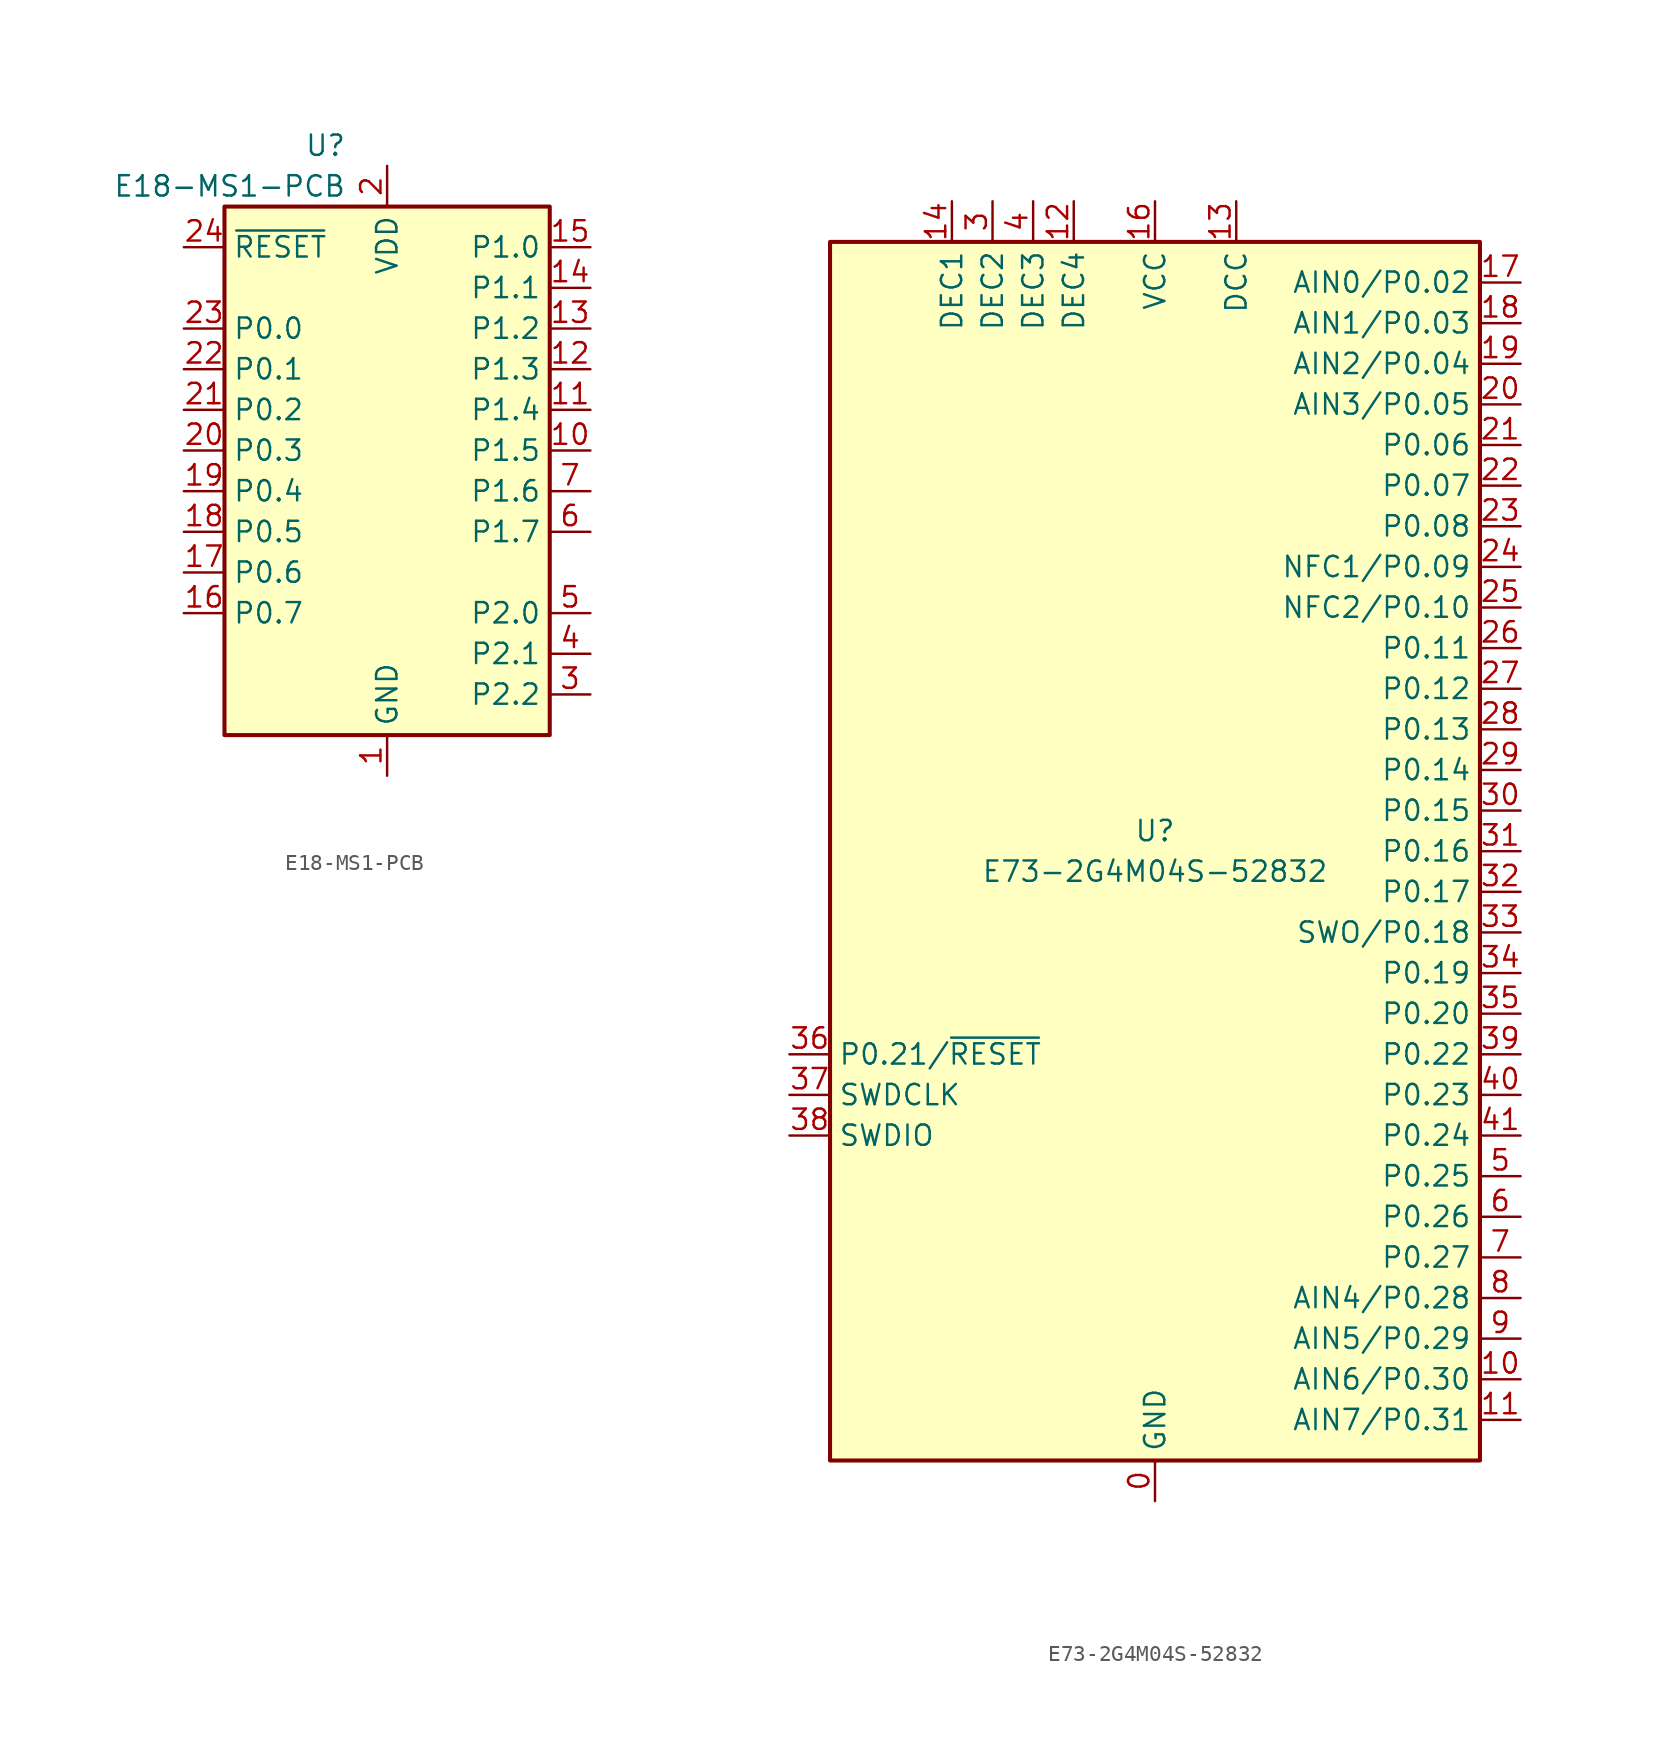
<source format=kicad_sym>
(kicad_symbol_lib
  (version 20201005)
  (generator kicad_symbol_editor)
  (symbol "RF_Module:E18-MS1-PCB"
    (property "Reference" "U"
      (at -2.54 21.59 0)
      (effects (font (size 1.27 1.27)) (justify right)))
    (property "Value" "E18-MS1-PCB"
      (at -2.54 19.05 0)
      (effects (font (size 1.27 1.27)) (justify right)))
    (symbol "E18-MS1-PCB_0_1"
      (rectangle (start -10.16 17.78) (end 10.16 -15.24) (stroke (width 0.254)) (fill (type background))))
    (symbol "E18-MS1-PCB_1_1"
      (pin power_in line (at 0 -17.78 90) (length 2.54) (name "GND" (effects (font (size 1.27 1.27)))) (number "1" (effects (font (size 1.27 1.27)))))
      (pin bidirectional line (at 12.7 2.54 180) (length 2.54) (name "P1.5" (effects (font (size 1.27 1.27)))) (number "10" (effects (font (size 1.27 1.27)))))
      (pin bidirectional line (at 12.7 5.08 180) (length 2.54) (name "P1.4" (effects (font (size 1.27 1.27)))) (number "11" (effects (font (size 1.27 1.27)))))
      (pin bidirectional line (at 12.7 7.62 180) (length 2.54) (name "P1.3" (effects (font (size 1.27 1.27)))) (number "12" (effects (font (size 1.27 1.27)))))
      (pin bidirectional line (at 12.7 10.16 180) (length 2.54) (name "P1.2" (effects (font (size 1.27 1.27)))) (number "13" (effects (font (size 1.27 1.27)))))
      (pin bidirectional line (at 12.7 12.7 180) (length 2.54) (name "P1.1" (effects (font (size 1.27 1.27)))) (number "14" (effects (font (size 1.27 1.27)))))
      (pin bidirectional line (at 12.7 15.24 180) (length 2.54) (name "P1.0" (effects (font (size 1.27 1.27)))) (number "15" (effects (font (size 1.27 1.27)))))
      (pin bidirectional line (at -12.7 -7.62 0) (length 2.54) (name "P0.7" (effects (font (size 1.27 1.27)))) (number "16" (effects (font (size 1.27 1.27)))))
      (pin bidirectional line (at -12.7 -5.08 0) (length 2.54) (name "P0.6" (effects (font (size 1.27 1.27)))) (number "17" (effects (font (size 1.27 1.27)))))
      (pin bidirectional line (at -12.7 -2.54 0) (length 2.54) (name "P0.5" (effects (font (size 1.27 1.27)))) (number "18" (effects (font (size 1.27 1.27)))))
      (pin bidirectional line (at -12.7 0 0) (length 2.54) (name "P0.4" (effects (font (size 1.27 1.27)))) (number "19" (effects (font (size 1.27 1.27)))))
      (pin power_in line (at 0 20.32 270) (length 2.54) (name "VDD" (effects (font (size 1.27 1.27)))) (number "2" (effects (font (size 1.27 1.27)))))
      (pin bidirectional line (at -12.7 2.54 0) (length 2.54) (name "P0.3" (effects (font (size 1.27 1.27)))) (number "20" (effects (font (size 1.27 1.27)))))
      (pin bidirectional line (at -12.7 5.08 0) (length 2.54) (name "P0.2" (effects (font (size 1.27 1.27)))) (number "21" (effects (font (size 1.27 1.27)))))
      (pin bidirectional line (at -12.7 7.62 0) (length 2.54) (name "P0.1" (effects (font (size 1.27 1.27)))) (number "22" (effects (font (size 1.27 1.27)))))
      (pin bidirectional line (at -12.7 10.16 0) (length 2.54) (name "P0.0" (effects (font (size 1.27 1.27)))) (number "23" (effects (font (size 1.27 1.27)))))
      (pin input line (at -12.7 15.24 0) (length 2.54) (name "~RESET" (effects (font (size 1.27 1.27)))) (number "24" (effects (font (size 1.27 1.27)))))
      (pin bidirectional line (at 12.7 -12.7 180) (length 2.54) (name "P2.2" (effects (font (size 1.27 1.27)))) (number "3" (effects (font (size 1.27 1.27)))))
      (pin bidirectional line (at 12.7 -10.16 180) (length 2.54) (name "P2.1" (effects (font (size 1.27 1.27)))) (number "4" (effects (font (size 1.27 1.27)))))
      (pin bidirectional line (at 12.7 -7.62 180) (length 2.54) (name "P2.0" (effects (font (size 1.27 1.27)))) (number "5" (effects (font (size 1.27 1.27)))))
      (pin bidirectional line (at 12.7 -2.54 180) (length 2.54) (name "P1.7" (effects (font (size 1.27 1.27)))) (number "6" (effects (font (size 1.27 1.27)))))
      (pin bidirectional line (at 12.7 0 180) (length 2.54) (name "P1.6" (effects (font (size 1.27 1.27)))) (number "7" (effects (font (size 1.27 1.27)))))
      (pin no_connect line (at -10.16 -10.16 0) (length 2.54) hide (name "NC" (effects (font (size 1.27 1.27)))) (number "8" (effects (font (size 1.27 1.27)))))
      (pin no_connect line (at -10.16 -12.7 0) (length 2.54) hide (name "NC" (effects (font (size 1.27 1.27)))) (number "9" (effects (font (size 1.27 1.27)))))))
  (symbol "RF_Module:E73-2G4M04S-52832"
    (property "Reference" "U"
      (at 0 1.27 0)
      (effects (font (size 1.27 1.27))))
    (property "Value" "E73-2G4M04S-52832"
      (at 0 -1.27 0)
      (effects (font (size 1.27 1.27))))
    (symbol "E73-2G4M04S-52832_0_1"
      (rectangle (start 20.32 38.1) (end -20.32 -38.1) (stroke (width 0.254)) (fill (type background))))
    (symbol "E73-2G4M04S-52832_1_1"
      (pin power_in line (at 0 -40.64 90) (length 2.54) (name "GND" (effects (font (size 1.27 1.27)))) (number "0" (effects (font (size 1.27 1.27)))))
      (pin passive line (at 0 -40.64 90) (length 2.54) hide (name "GND" (effects (font (size 1.27 1.27)))) (number "1" (effects (font (size 1.27 1.27)))))
      (pin bidirectional line (at 22.86 -33.02 180) (length 2.54) (name "AIN6/P0.30" (effects (font (size 1.27 1.27)))) (number "10" (effects (font (size 1.27 1.27)))))
      (pin bidirectional line (at 22.86 -35.56 180) (length 2.54) (name "AIN7/P0.31" (effects (font (size 1.27 1.27)))) (number "11" (effects (font (size 1.27 1.27)))))
      (pin passive line (at -5.08 40.64 270) (length 2.54) (name "DEC4" (effects (font (size 1.27 1.27)))) (number "12" (effects (font (size 1.27 1.27)))))
      (pin power_out line (at 5.08 40.64 270) (length 2.54) (name "DCC" (effects (font (size 1.27 1.27)))) (number "13" (effects (font (size 1.27 1.27)))))
      (pin passive line (at -12.7 40.64 270) (length 2.54) (name "DEC1" (effects (font (size 1.27 1.27)))) (number "14" (effects (font (size 1.27 1.27)))))
      (pin passive line (at 0 -40.64 90) (length 2.54) hide (name "GND" (effects (font (size 1.27 1.27)))) (number "15" (effects (font (size 1.27 1.27)))))
      (pin power_in line (at 0 40.64 270) (length 2.54) (name "VCC" (effects (font (size 1.27 1.27)))) (number "16" (effects (font (size 1.27 1.27)))))
      (pin bidirectional line (at 22.86 35.56 180) (length 2.54) (name "AIN0/P0.02" (effects (font (size 1.27 1.27)))) (number "17" (effects (font (size 1.27 1.27)))))
      (pin bidirectional line (at 22.86 33.02 180) (length 2.54) (name "AIN1/P0.03" (effects (font (size 1.27 1.27)))) (number "18" (effects (font (size 1.27 1.27)))))
      (pin bidirectional line (at 22.86 30.48 180) (length 2.54) (name "AIN2/P0.04" (effects (font (size 1.27 1.27)))) (number "19" (effects (font (size 1.27 1.27)))))
      (pin passive line (at 0 -40.64 90) (length 2.54) hide (name "GND" (effects (font (size 1.27 1.27)))) (number "2" (effects (font (size 1.27 1.27)))))
      (pin bidirectional line (at 22.86 27.94 180) (length 2.54) (name "AIN3/P0.05" (effects (font (size 1.27 1.27)))) (number "20" (effects (font (size 1.27 1.27)))))
      (pin bidirectional line (at 22.86 25.4 180) (length 2.54) (name "P0.06" (effects (font (size 1.27 1.27)))) (number "21" (effects (font (size 1.27 1.27)))))
      (pin bidirectional line (at 22.86 22.86 180) (length 2.54) (name "P0.07" (effects (font (size 1.27 1.27)))) (number "22" (effects (font (size 1.27 1.27)))))
      (pin bidirectional line (at 22.86 20.32 180) (length 2.54) (name "P0.08" (effects (font (size 1.27 1.27)))) (number "23" (effects (font (size 1.27 1.27)))))
      (pin bidirectional line (at 22.86 17.78 180) (length 2.54) (name "NFC1/P0.09" (effects (font (size 1.27 1.27)))) (number "24" (effects (font (size 1.27 1.27)))))
      (pin bidirectional line (at 22.86 15.24 180) (length 2.54) (name "NFC2/P0.10" (effects (font (size 1.27 1.27)))) (number "25" (effects (font (size 1.27 1.27)))))
      (pin bidirectional line (at 22.86 12.7 180) (length 2.54) (name "P0.11" (effects (font (size 1.27 1.27)))) (number "26" (effects (font (size 1.27 1.27)))))
      (pin bidirectional line (at 22.86 10.16 180) (length 2.54) (name "P0.12" (effects (font (size 1.27 1.27)))) (number "27" (effects (font (size 1.27 1.27)))))
      (pin bidirectional line (at 22.86 7.62 180) (length 2.54) (name "P0.13" (effects (font (size 1.27 1.27)))) (number "28" (effects (font (size 1.27 1.27)))))
      (pin bidirectional line (at 22.86 5.08 180) (length 2.54) (name "P0.14" (effects (font (size 1.27 1.27)))) (number "29" (effects (font (size 1.27 1.27)))))
      (pin passive line (at -10.16 40.64 270) (length 2.54) (name "DEC2" (effects (font (size 1.27 1.27)))) (number "3" (effects (font (size 1.27 1.27)))))
      (pin bidirectional line (at 22.86 2.54 180) (length 2.54) (name "P0.15" (effects (font (size 1.27 1.27)))) (number "30" (effects (font (size 1.27 1.27)))))
      (pin bidirectional line (at 22.86 0 180) (length 2.54) (name "P0.16" (effects (font (size 1.27 1.27)))) (number "31" (effects (font (size 1.27 1.27)))))
      (pin bidirectional line (at 22.86 -2.54 180) (length 2.54) (name "P0.17" (effects (font (size 1.27 1.27)))) (number "32" (effects (font (size 1.27 1.27)))))
      (pin bidirectional line (at 22.86 -5.08 180) (length 2.54) (name "SWO/P0.18" (effects (font (size 1.27 1.27)))) (number "33" (effects (font (size 1.27 1.27)))))
      (pin bidirectional line (at 22.86 -7.62 180) (length 2.54) (name "P0.19" (effects (font (size 1.27 1.27)))) (number "34" (effects (font (size 1.27 1.27)))))
      (pin bidirectional line (at 22.86 -10.16 180) (length 2.54) (name "P0.20" (effects (font (size 1.27 1.27)))) (number "35" (effects (font (size 1.27 1.27)))))
      (pin bidirectional line (at -22.86 -12.7 0) (length 2.54) (name "P0.21/~RESET" (effects (font (size 1.27 1.27)))) (number "36" (effects (font (size 1.27 1.27)))))
      (pin input line (at -22.86 -15.24 0) (length 2.54) (name "SWDCLK" (effects (font (size 1.27 1.27)))) (number "37" (effects (font (size 1.27 1.27)))))
      (pin bidirectional line (at -22.86 -17.78 0) (length 2.54) (name "SWDIO" (effects (font (size 1.27 1.27)))) (number "38" (effects (font (size 1.27 1.27)))))
      (pin bidirectional line (at 22.86 -12.7 180) (length 2.54) (name "P0.22" (effects (font (size 1.27 1.27)))) (number "39" (effects (font (size 1.27 1.27)))))
      (pin passive line (at -7.62 40.64 270) (length 2.54) (name "DEC3" (effects (font (size 1.27 1.27)))) (number "4" (effects (font (size 1.27 1.27)))))
      (pin bidirectional line (at 22.86 -15.24 180) (length 2.54) (name "P0.23" (effects (font (size 1.27 1.27)))) (number "40" (effects (font (size 1.27 1.27)))))
      (pin bidirectional line (at 22.86 -17.78 180) (length 2.54) (name "P0.24" (effects (font (size 1.27 1.27)))) (number "41" (effects (font (size 1.27 1.27)))))
      (pin passive line (at 0 -40.64 90) (length 2.54) hide (name "GND" (effects (font (size 1.27 1.27)))) (number "42" (effects (font (size 1.27 1.27)))))
      (pin passive line (at 0 -40.64 90) (length 2.54) hide (name "GND" (effects (font (size 1.27 1.27)))) (number "43" (effects (font (size 1.27 1.27)))))
      (pin bidirectional line (at 22.86 -20.32 180) (length 2.54) (name "P0.25" (effects (font (size 1.27 1.27)))) (number "5" (effects (font (size 1.27 1.27)))))
      (pin bidirectional line (at 22.86 -22.86 180) (length 2.54) (name "P0.26" (effects (font (size 1.27 1.27)))) (number "6" (effects (font (size 1.27 1.27)))))
      (pin bidirectional line (at 22.86 -25.4 180) (length 2.54) (name "P0.27" (effects (font (size 1.27 1.27)))) (number "7" (effects (font (size 1.27 1.27)))))
      (pin bidirectional line (at 22.86 -27.94 180) (length 2.54) (name "AIN4/P0.28" (effects (font (size 1.27 1.27)))) (number "8" (effects (font (size 1.27 1.27)))))
      (pin bidirectional line (at 22.86 -30.48 180) (length 2.54) (name "AIN5/P0.29" (effects (font (size 1.27 1.27)))) (number "9" (effects (font (size 1.27 1.27))))))))
</source>
